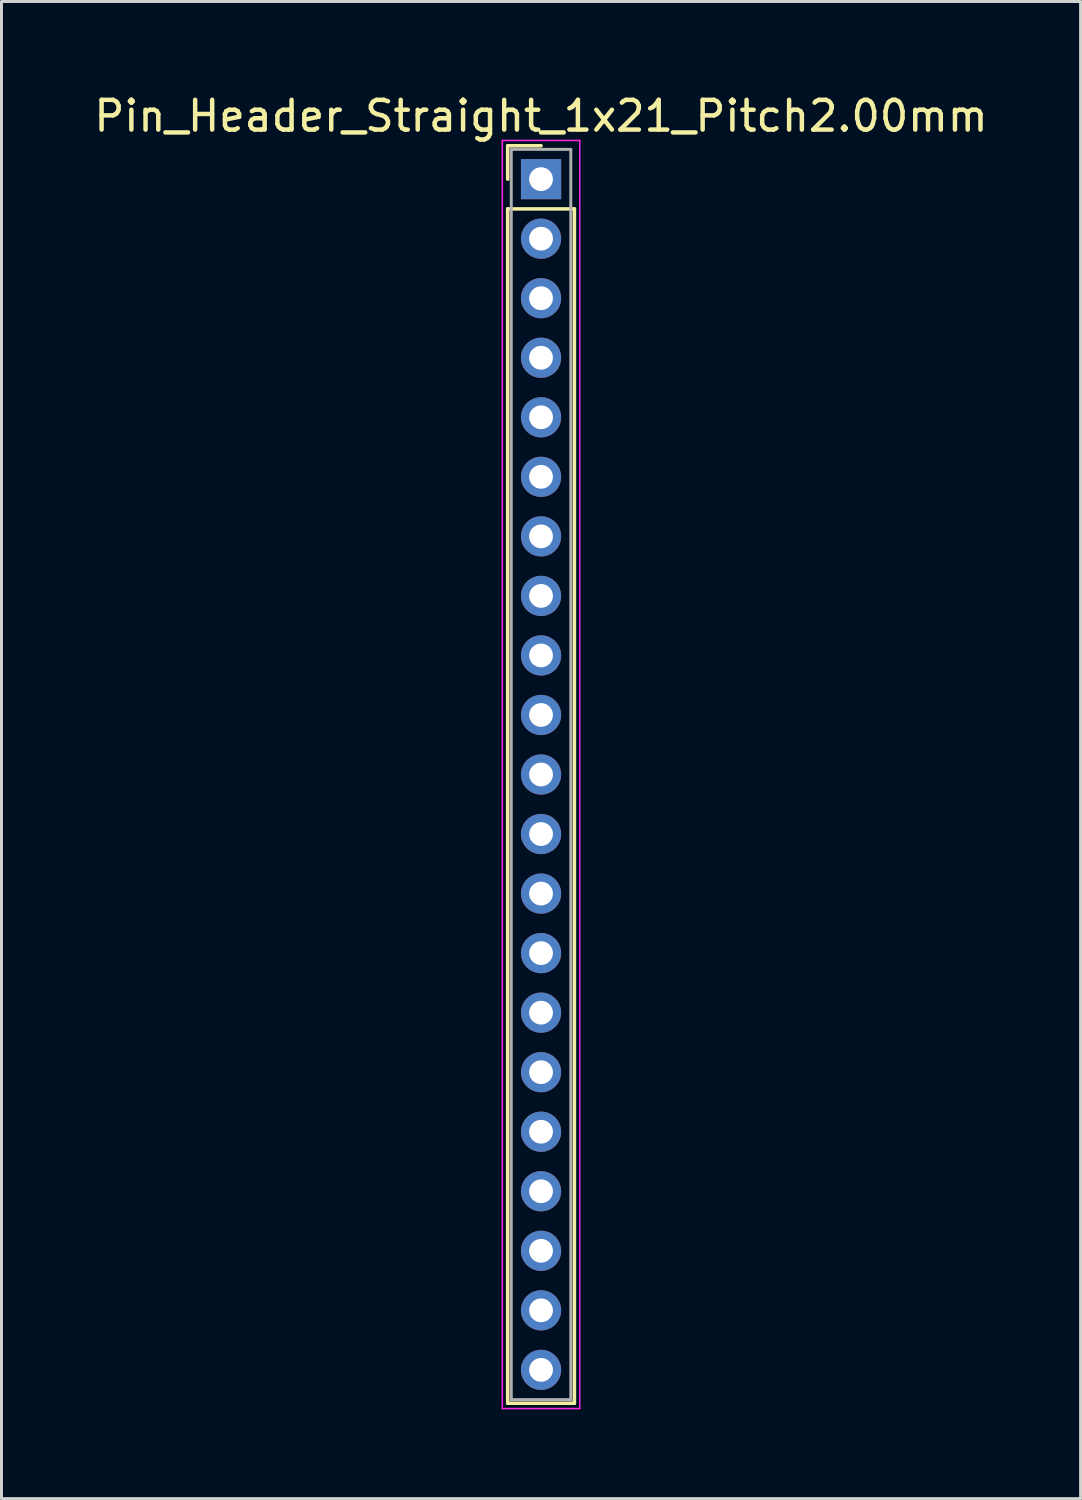
<source format=kicad_pcb>
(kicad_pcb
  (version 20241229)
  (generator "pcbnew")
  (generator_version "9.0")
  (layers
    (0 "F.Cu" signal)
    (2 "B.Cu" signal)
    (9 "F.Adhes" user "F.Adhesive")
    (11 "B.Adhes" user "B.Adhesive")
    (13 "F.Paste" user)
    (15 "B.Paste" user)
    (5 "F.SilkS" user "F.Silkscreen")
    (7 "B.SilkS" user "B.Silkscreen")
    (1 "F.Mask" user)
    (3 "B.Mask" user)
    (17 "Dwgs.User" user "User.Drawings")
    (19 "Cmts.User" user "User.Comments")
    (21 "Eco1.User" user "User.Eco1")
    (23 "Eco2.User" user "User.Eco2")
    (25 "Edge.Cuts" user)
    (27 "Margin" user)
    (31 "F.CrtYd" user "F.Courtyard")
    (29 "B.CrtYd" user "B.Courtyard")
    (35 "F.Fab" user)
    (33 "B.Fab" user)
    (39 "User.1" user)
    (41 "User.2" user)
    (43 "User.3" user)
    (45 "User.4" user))
  (footprint "Pin_Header_Straight_1x21_Pitch2.00mm"
    (layer "F.Cu")
    (at 15.125 2.968)
    (property "Reference" "Pin_Header_Straight_1x21_Pitch2.00mm" (at 0 -2.12 0) (layer "F.SilkS") (effects (font (size 1 1) (thickness 0.15))))
    (attr through_hole)
    (fp_line (start -1.12 -1.12) (end 0 -1.12) (stroke (width 0.12) (type solid)) (layer "F.SilkS"))
    (fp_line (start -1.12 0) (end -1.12 -1.12) (stroke (width 0.12) (type solid)) (layer "F.SilkS"))
    (fp_line (start -1.12 1) (end -1.12 41.12) (stroke (width 0.12) (type solid)) (layer "F.SilkS"))
    (fp_line (start -1.12 41.12) (end 1.12 41.12) (stroke (width 0.12) (type solid)) (layer "F.SilkS"))
    (fp_line (start 1.12 1) (end -1.12 1) (stroke (width 0.12) (type solid)) (layer "F.SilkS"))
    (fp_line (start 1.12 41.12) (end 1.12 1) (stroke (width 0.12) (type solid)) (layer "F.SilkS"))
    (fp_line (start -1.3 -1.3) (end -1.3 41.3) (stroke (width 0.05) (type solid)) (layer "F.CrtYd"))
    (fp_line (start -1.3 41.3) (end 1.3 41.3) (stroke (width 0.05) (type solid)) (layer "F.CrtYd"))
    (fp_line (start 1.3 -1.3) (end -1.3 -1.3) (stroke (width 0.05) (type solid)) (layer "F.CrtYd"))
    (fp_line (start 1.3 41.3) (end 1.3 -1.3) (stroke (width 0.05) (type solid)) (layer "F.CrtYd"))
    (fp_line (start -1 -1) (end -1 41) (stroke (width 0.1) (type solid)) (layer "F.Fab"))
    (fp_line (start -1 41) (end 1 41) (stroke (width 0.1) (type solid)) (layer "F.Fab"))
    (fp_line (start 1 -1) (end -1 -1) (stroke (width 0.1) (type solid)) (layer "F.Fab"))
    (fp_line (start 1 41) (end 1 -1) (stroke (width 0.1) (type solid)) (layer "F.Fab"))
    (pad "1" thru_hole rect (at 0 0) (size 1.35 1.35) (drill 0.8) (layers "*.Cu" "*.Mask"))
    (pad "2" thru_hole oval (at 0 2) (size 1.35 1.35) (drill 0.8) (layers "*.Cu" "*.Mask"))
    (pad "3" thru_hole oval (at 0 4) (size 1.35 1.35) (drill 0.8) (layers "*.Cu" "*.Mask"))
    (pad "4" thru_hole oval (at 0 6) (size 1.35 1.35) (drill 0.8) (layers "*.Cu" "*.Mask"))
    (pad "5" thru_hole oval (at 0 8) (size 1.35 1.35) (drill 0.8) (layers "*.Cu" "*.Mask"))
    (pad "6" thru_hole oval (at 0 10) (size 1.35 1.35) (drill 0.8) (layers "*.Cu" "*.Mask"))
    (pad "7" thru_hole oval (at 0 12) (size 1.35 1.35) (drill 0.8) (layers "*.Cu" "*.Mask"))
    (pad "8" thru_hole oval (at 0 14) (size 1.35 1.35) (drill 0.8) (layers "*.Cu" "*.Mask"))
    (pad "9" thru_hole oval (at 0 16) (size 1.35 1.35) (drill 0.8) (layers "*.Cu" "*.Mask"))
    (pad "10" thru_hole oval (at 0 18) (size 1.35 1.35) (drill 0.8) (layers "*.Cu" "*.Mask"))
    (pad "11" thru_hole oval (at 0 20) (size 1.35 1.35) (drill 0.8) (layers "*.Cu" "*.Mask"))
    (pad "12" thru_hole oval (at 0 22) (size 1.35 1.35) (drill 0.8) (layers "*.Cu" "*.Mask"))
    (pad "13" thru_hole oval (at 0 24) (size 1.35 1.35) (drill 0.8) (layers "*.Cu" "*.Mask"))
    (pad "14" thru_hole oval (at 0 26) (size 1.35 1.35) (drill 0.8) (layers "*.Cu" "*.Mask"))
    (pad "15" thru_hole oval (at 0 28) (size 1.35 1.35) (drill 0.8) (layers "*.Cu" "*.Mask"))
    (pad "16" thru_hole oval (at 0 30) (size 1.35 1.35) (drill 0.8) (layers "*.Cu" "*.Mask"))
    (pad "17" thru_hole oval (at 0 32) (size 1.35 1.35) (drill 0.8) (layers "*.Cu" "*.Mask"))
    (pad "18" thru_hole oval (at 0 34) (size 1.35 1.35) (drill 0.8) (layers "*.Cu" "*.Mask"))
    (pad "19" thru_hole oval (at 0 36) (size 1.35 1.35) (drill 0.8) (layers "*.Cu" "*.Mask"))
    (pad "20" thru_hole oval (at 0 38) (size 1.35 1.35) (drill 0.8) (layers "*.Cu" "*.Mask"))
    (pad "21" thru_hole oval (at 0 40) (size 1.35 1.35) (drill 0.8) (layers "*.Cu" "*.Mask")))
  (gr_rect
    (start -3 -3)
    (end 33.25 47.293)
    (stroke (width 0.1) (type default))
    (fill no)
    (layer "Edge.Cuts")))
</source>
